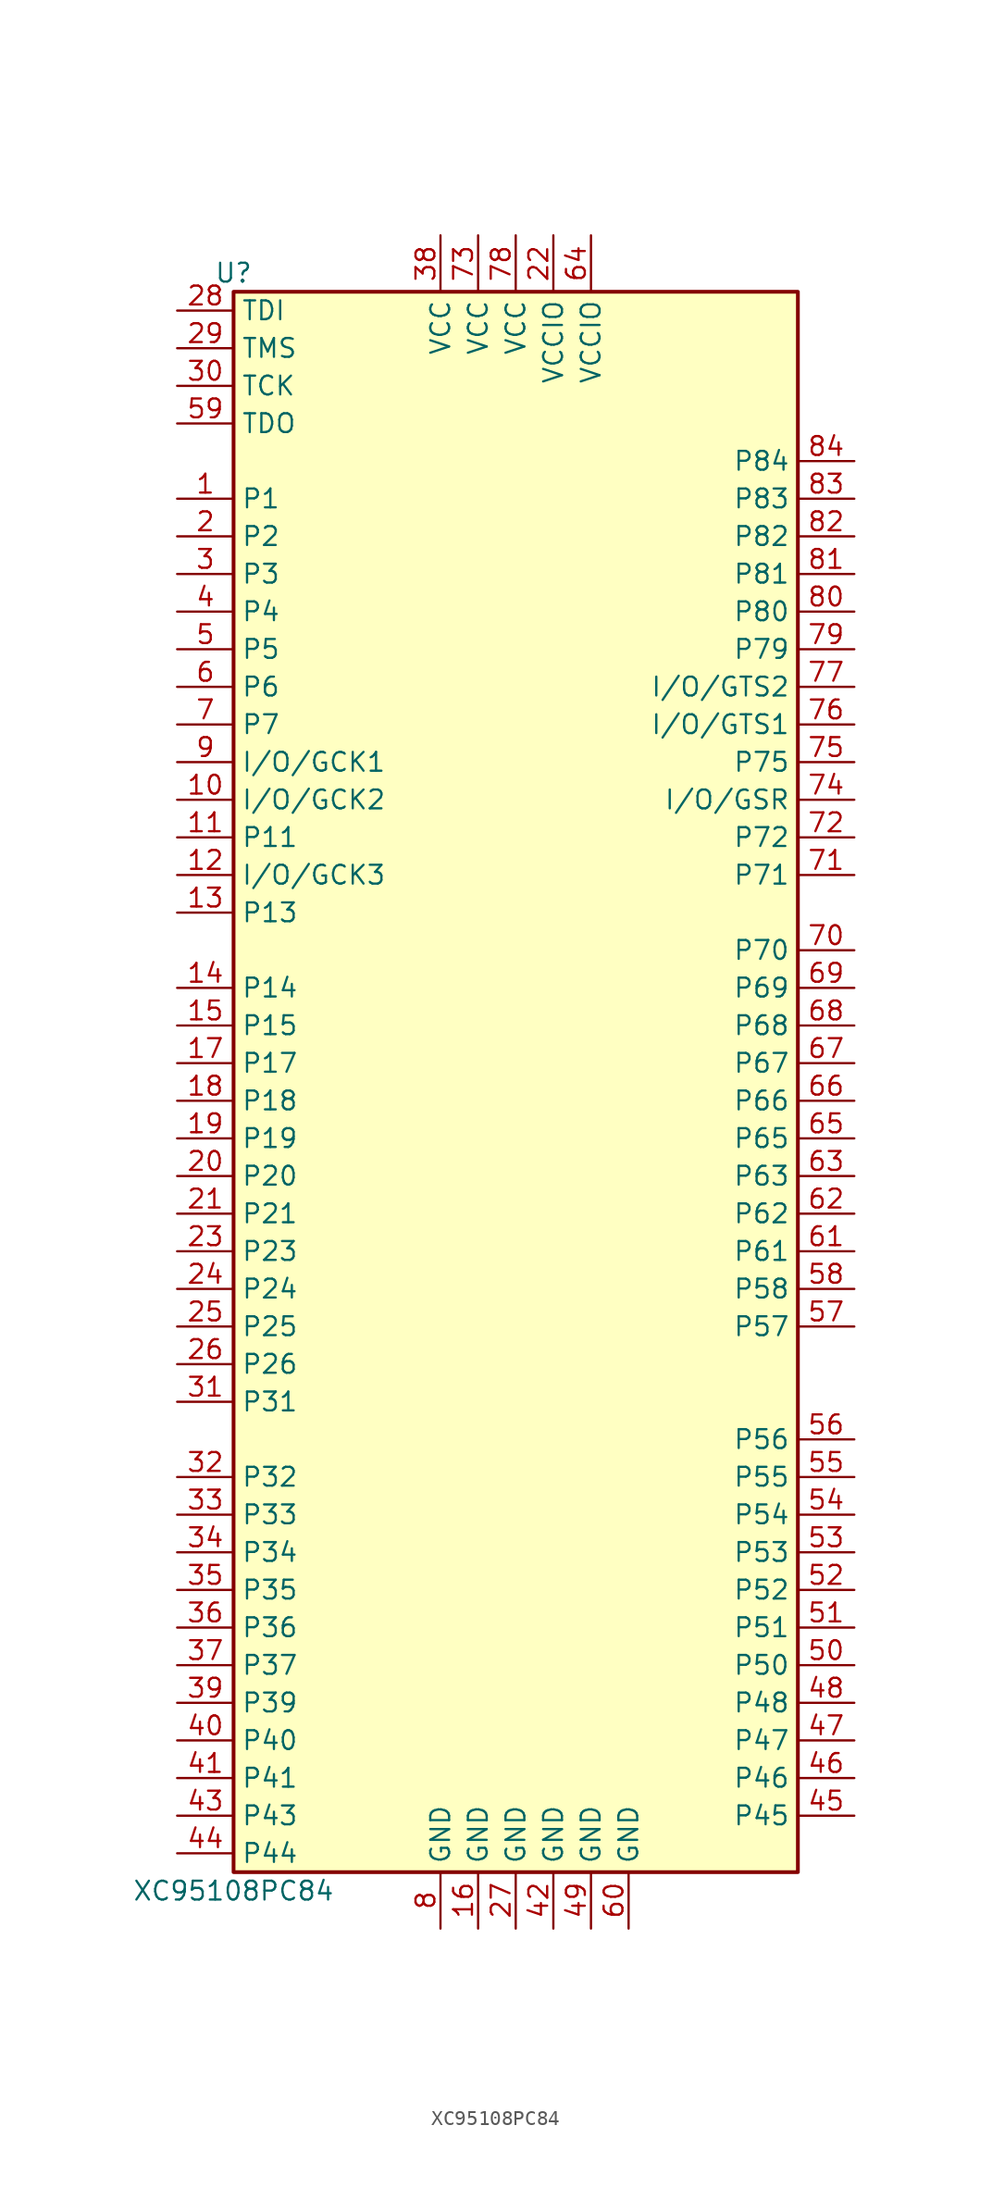
<source format=kicad_sym>
(kicad_symbol_lib
  (version 20201005)
  (generator kicad_symbol_editor)
  (symbol "XC95108PC84"
    (property "Reference" "U"
      (at -19.05 53.34 0)
      (effects (font (size 1.27 1.27))))
    (property "Value" "XC95108PC84"
      (at -19.05 -55.88 0)
      (effects (font (size 1.27 1.27))))
    (symbol "XC95108PC84_1_1"
      (rectangle (start -19.05 52.07) (end 19.05 -54.61) (stroke (width 0.254)) (fill (type background)))
      (pin bidirectional line (at -22.86 38.1 0) (length 3.81) (name "P1" (effects (font (size 1.27 1.27)))) (number "1" (effects (font (size 1.27 1.27)))))
      (pin bidirectional line (at -22.86 17.78 0) (length 3.81) (name "I/O/GCK2" (effects (font (size 1.27 1.27)))) (number "10" (effects (font (size 1.27 1.27)))))
      (pin bidirectional line (at -22.86 15.24 0) (length 3.81) (name "P11" (effects (font (size 1.27 1.27)))) (number "11" (effects (font (size 1.27 1.27)))))
      (pin bidirectional line (at -22.86 12.7 0) (length 3.81) (name "I/O/GCK3" (effects (font (size 1.27 1.27)))) (number "12" (effects (font (size 1.27 1.27)))))
      (pin bidirectional line (at -22.86 10.16 0) (length 3.81) (name "P13" (effects (font (size 1.27 1.27)))) (number "13" (effects (font (size 1.27 1.27)))))
      (pin bidirectional line (at -22.86 5.08 0) (length 3.81) (name "P14" (effects (font (size 1.27 1.27)))) (number "14" (effects (font (size 1.27 1.27)))))
      (pin bidirectional line (at -22.86 2.54 0) (length 3.81) (name "P15" (effects (font (size 1.27 1.27)))) (number "15" (effects (font (size 1.27 1.27)))))
      (pin power_in line (at -2.54 -58.42 90) (length 3.81) (name "GND" (effects (font (size 1.27 1.27)))) (number "16" (effects (font (size 1.27 1.27)))))
      (pin bidirectional line (at -22.86 0 0) (length 3.81) (name "P17" (effects (font (size 1.27 1.27)))) (number "17" (effects (font (size 1.27 1.27)))))
      (pin bidirectional line (at -22.86 -2.54 0) (length 3.81) (name "P18" (effects (font (size 1.27 1.27)))) (number "18" (effects (font (size 1.27 1.27)))))
      (pin bidirectional line (at -22.86 -5.08 0) (length 3.81) (name "P19" (effects (font (size 1.27 1.27)))) (number "19" (effects (font (size 1.27 1.27)))))
      (pin bidirectional line (at -22.86 35.56 0) (length 3.81) (name "P2" (effects (font (size 1.27 1.27)))) (number "2" (effects (font (size 1.27 1.27)))))
      (pin bidirectional line (at -22.86 -7.62 0) (length 3.81) (name "P20" (effects (font (size 1.27 1.27)))) (number "20" (effects (font (size 1.27 1.27)))))
      (pin bidirectional line (at -22.86 -10.16 0) (length 3.81) (name "P21" (effects (font (size 1.27 1.27)))) (number "21" (effects (font (size 1.27 1.27)))))
      (pin power_in line (at 2.54 55.88 270) (length 3.81) (name "VCCIO" (effects (font (size 1.27 1.27)))) (number "22" (effects (font (size 1.27 1.27)))))
      (pin bidirectional line (at -22.86 -12.7 0) (length 3.81) (name "P23" (effects (font (size 1.27 1.27)))) (number "23" (effects (font (size 1.27 1.27)))))
      (pin bidirectional line (at -22.86 -15.24 0) (length 3.81) (name "P24" (effects (font (size 1.27 1.27)))) (number "24" (effects (font (size 1.27 1.27)))))
      (pin bidirectional line (at -22.86 -17.78 0) (length 3.81) (name "P25" (effects (font (size 1.27 1.27)))) (number "25" (effects (font (size 1.27 1.27)))))
      (pin bidirectional line (at -22.86 -20.32 0) (length 3.81) (name "P26" (effects (font (size 1.27 1.27)))) (number "26" (effects (font (size 1.27 1.27)))))
      (pin power_in line (at 0 -58.42 90) (length 3.81) (name "GND" (effects (font (size 1.27 1.27)))) (number "27" (effects (font (size 1.27 1.27)))))
      (pin input line (at -22.86 50.8 0) (length 3.81) (name "TDI" (effects (font (size 1.27 1.27)))) (number "28" (effects (font (size 1.27 1.27)))))
      (pin input line (at -22.86 48.26 0) (length 3.81) (name "TMS" (effects (font (size 1.27 1.27)))) (number "29" (effects (font (size 1.27 1.27)))))
      (pin bidirectional line (at -22.86 33.02 0) (length 3.81) (name "P3" (effects (font (size 1.27 1.27)))) (number "3" (effects (font (size 1.27 1.27)))))
      (pin input line (at -22.86 45.72 0) (length 3.81) (name "TCK" (effects (font (size 1.27 1.27)))) (number "30" (effects (font (size 1.27 1.27)))))
      (pin bidirectional line (at -22.86 -22.86 0) (length 3.81) (name "P31" (effects (font (size 1.27 1.27)))) (number "31" (effects (font (size 1.27 1.27)))))
      (pin bidirectional line (at -22.86 -27.94 0) (length 3.81) (name "P32" (effects (font (size 1.27 1.27)))) (number "32" (effects (font (size 1.27 1.27)))))
      (pin bidirectional line (at -22.86 -30.48 0) (length 3.81) (name "P33" (effects (font (size 1.27 1.27)))) (number "33" (effects (font (size 1.27 1.27)))))
      (pin bidirectional line (at -22.86 -33.02 0) (length 3.81) (name "P34" (effects (font (size 1.27 1.27)))) (number "34" (effects (font (size 1.27 1.27)))))
      (pin bidirectional line (at -22.86 -35.56 0) (length 3.81) (name "P35" (effects (font (size 1.27 1.27)))) (number "35" (effects (font (size 1.27 1.27)))))
      (pin bidirectional line (at -22.86 -38.1 0) (length 3.81) (name "P36" (effects (font (size 1.27 1.27)))) (number "36" (effects (font (size 1.27 1.27)))))
      (pin bidirectional line (at -22.86 -40.64 0) (length 3.81) (name "P37" (effects (font (size 1.27 1.27)))) (number "37" (effects (font (size 1.27 1.27)))))
      (pin power_in line (at -5.08 55.88 270) (length 3.81) (name "VCC" (effects (font (size 1.27 1.27)))) (number "38" (effects (font (size 1.27 1.27)))))
      (pin bidirectional line (at -22.86 -43.18 0) (length 3.81) (name "P39" (effects (font (size 1.27 1.27)))) (number "39" (effects (font (size 1.27 1.27)))))
      (pin bidirectional line (at -22.86 30.48 0) (length 3.81) (name "P4" (effects (font (size 1.27 1.27)))) (number "4" (effects (font (size 1.27 1.27)))))
      (pin bidirectional line (at -22.86 -45.72 0) (length 3.81) (name "P40" (effects (font (size 1.27 1.27)))) (number "40" (effects (font (size 1.27 1.27)))))
      (pin bidirectional line (at -22.86 -48.26 0) (length 3.81) (name "P41" (effects (font (size 1.27 1.27)))) (number "41" (effects (font (size 1.27 1.27)))))
      (pin power_in line (at 2.54 -58.42 90) (length 3.81) (name "GND" (effects (font (size 1.27 1.27)))) (number "42" (effects (font (size 1.27 1.27)))))
      (pin bidirectional line (at -22.86 -50.8 0) (length 3.81) (name "P43" (effects (font (size 1.27 1.27)))) (number "43" (effects (font (size 1.27 1.27)))))
      (pin bidirectional line (at -22.86 -53.34 0) (length 3.81) (name "P44" (effects (font (size 1.27 1.27)))) (number "44" (effects (font (size 1.27 1.27)))))
      (pin bidirectional line (at 22.86 -50.8 180) (length 3.81) (name "P45" (effects (font (size 1.27 1.27)))) (number "45" (effects (font (size 1.27 1.27)))))
      (pin bidirectional line (at 22.86 -48.26 180) (length 3.81) (name "P46" (effects (font (size 1.27 1.27)))) (number "46" (effects (font (size 1.27 1.27)))))
      (pin bidirectional line (at 22.86 -45.72 180) (length 3.81) (name "P47" (effects (font (size 1.27 1.27)))) (number "47" (effects (font (size 1.27 1.27)))))
      (pin bidirectional line (at 22.86 -43.18 180) (length 3.81) (name "P48" (effects (font (size 1.27 1.27)))) (number "48" (effects (font (size 1.27 1.27)))))
      (pin power_in line (at 5.08 -58.42 90) (length 3.81) (name "GND" (effects (font (size 1.27 1.27)))) (number "49" (effects (font (size 1.27 1.27)))))
      (pin bidirectional line (at -22.86 27.94 0) (length 3.81) (name "P5" (effects (font (size 1.27 1.27)))) (number "5" (effects (font (size 1.27 1.27)))))
      (pin bidirectional line (at 22.86 -40.64 180) (length 3.81) (name "P50" (effects (font (size 1.27 1.27)))) (number "50" (effects (font (size 1.27 1.27)))))
      (pin bidirectional line (at 22.86 -38.1 180) (length 3.81) (name "P51" (effects (font (size 1.27 1.27)))) (number "51" (effects (font (size 1.27 1.27)))))
      (pin bidirectional line (at 22.86 -35.56 180) (length 3.81) (name "P52" (effects (font (size 1.27 1.27)))) (number "52" (effects (font (size 1.27 1.27)))))
      (pin bidirectional line (at 22.86 -33.02 180) (length 3.81) (name "P53" (effects (font (size 1.27 1.27)))) (number "53" (effects (font (size 1.27 1.27)))))
      (pin bidirectional line (at 22.86 -30.48 180) (length 3.81) (name "P54" (effects (font (size 1.27 1.27)))) (number "54" (effects (font (size 1.27 1.27)))))
      (pin bidirectional line (at 22.86 -27.94 180) (length 3.81) (name "P55" (effects (font (size 1.27 1.27)))) (number "55" (effects (font (size 1.27 1.27)))))
      (pin bidirectional line (at 22.86 -25.4 180) (length 3.81) (name "P56" (effects (font (size 1.27 1.27)))) (number "56" (effects (font (size 1.27 1.27)))))
      (pin bidirectional line (at 22.86 -17.78 180) (length 3.81) (name "P57" (effects (font (size 1.27 1.27)))) (number "57" (effects (font (size 1.27 1.27)))))
      (pin bidirectional line (at 22.86 -15.24 180) (length 3.81) (name "P58" (effects (font (size 1.27 1.27)))) (number "58" (effects (font (size 1.27 1.27)))))
      (pin output line (at -22.86 43.18 0) (length 3.81) (name "TDO" (effects (font (size 1.27 1.27)))) (number "59" (effects (font (size 1.27 1.27)))))
      (pin bidirectional line (at -22.86 25.4 0) (length 3.81) (name "P6" (effects (font (size 1.27 1.27)))) (number "6" (effects (font (size 1.27 1.27)))))
      (pin power_in line (at 7.62 -58.42 90) (length 3.81) (name "GND" (effects (font (size 1.27 1.27)))) (number "60" (effects (font (size 1.27 1.27)))))
      (pin bidirectional line (at 22.86 -12.7 180) (length 3.81) (name "P61" (effects (font (size 1.27 1.27)))) (number "61" (effects (font (size 1.27 1.27)))))
      (pin bidirectional line (at 22.86 -10.16 180) (length 3.81) (name "P62" (effects (font (size 1.27 1.27)))) (number "62" (effects (font (size 1.27 1.27)))))
      (pin bidirectional line (at 22.86 -7.62 180) (length 3.81) (name "P63" (effects (font (size 1.27 1.27)))) (number "63" (effects (font (size 1.27 1.27)))))
      (pin power_in line (at 5.08 55.88 270) (length 3.81) (name "VCCIO" (effects (font (size 1.27 1.27)))) (number "64" (effects (font (size 1.27 1.27)))))
      (pin bidirectional line (at 22.86 -5.08 180) (length 3.81) (name "P65" (effects (font (size 1.27 1.27)))) (number "65" (effects (font (size 1.27 1.27)))))
      (pin bidirectional line (at 22.86 -2.54 180) (length 3.81) (name "P66" (effects (font (size 1.27 1.27)))) (number "66" (effects (font (size 1.27 1.27)))))
      (pin bidirectional line (at 22.86 0 180) (length 3.81) (name "P67" (effects (font (size 1.27 1.27)))) (number "67" (effects (font (size 1.27 1.27)))))
      (pin bidirectional line (at 22.86 2.54 180) (length 3.81) (name "P68" (effects (font (size 1.27 1.27)))) (number "68" (effects (font (size 1.27 1.27)))))
      (pin bidirectional line (at 22.86 5.08 180) (length 3.81) (name "P69" (effects (font (size 1.27 1.27)))) (number "69" (effects (font (size 1.27 1.27)))))
      (pin bidirectional line (at -22.86 22.86 0) (length 3.81) (name "P7" (effects (font (size 1.27 1.27)))) (number "7" (effects (font (size 1.27 1.27)))))
      (pin bidirectional line (at 22.86 7.62 180) (length 3.81) (name "P70" (effects (font (size 1.27 1.27)))) (number "70" (effects (font (size 1.27 1.27)))))
      (pin bidirectional line (at 22.86 12.7 180) (length 3.81) (name "P71" (effects (font (size 1.27 1.27)))) (number "71" (effects (font (size 1.27 1.27)))))
      (pin bidirectional line (at 22.86 15.24 180) (length 3.81) (name "P72" (effects (font (size 1.27 1.27)))) (number "72" (effects (font (size 1.27 1.27)))))
      (pin power_in line (at -2.54 55.88 270) (length 3.81) (name "VCC" (effects (font (size 1.27 1.27)))) (number "73" (effects (font (size 1.27 1.27)))))
      (pin bidirectional line (at 22.86 17.78 180) (length 3.81) (name "I/O/GSR" (effects (font (size 1.27 1.27)))) (number "74" (effects (font (size 1.27 1.27)))))
      (pin bidirectional line (at 22.86 20.32 180) (length 3.81) (name "P75" (effects (font (size 1.27 1.27)))) (number "75" (effects (font (size 1.27 1.27)))))
      (pin bidirectional line (at 22.86 22.86 180) (length 3.81) (name "I/O/GTS1" (effects (font (size 1.27 1.27)))) (number "76" (effects (font (size 1.27 1.27)))))
      (pin bidirectional line (at 22.86 25.4 180) (length 3.81) (name "I/O/GTS2" (effects (font (size 1.27 1.27)))) (number "77" (effects (font (size 1.27 1.27)))))
      (pin power_in line (at 0 55.88 270) (length 3.81) (name "VCC" (effects (font (size 1.27 1.27)))) (number "78" (effects (font (size 1.27 1.27)))))
      (pin bidirectional line (at 22.86 27.94 180) (length 3.81) (name "P79" (effects (font (size 1.27 1.27)))) (number "79" (effects (font (size 1.27 1.27)))))
      (pin power_in line (at -5.08 -58.42 90) (length 3.81) (name "GND" (effects (font (size 1.27 1.27)))) (number "8" (effects (font (size 1.27 1.27)))))
      (pin bidirectional line (at 22.86 30.48 180) (length 3.81) (name "P80" (effects (font (size 1.27 1.27)))) (number "80" (effects (font (size 1.27 1.27)))))
      (pin bidirectional line (at 22.86 33.02 180) (length 3.81) (name "P81" (effects (font (size 1.27 1.27)))) (number "81" (effects (font (size 1.27 1.27)))))
      (pin bidirectional line (at 22.86 35.56 180) (length 3.81) (name "P82" (effects (font (size 1.27 1.27)))) (number "82" (effects (font (size 1.27 1.27)))))
      (pin bidirectional line (at 22.86 38.1 180) (length 3.81) (name "P83" (effects (font (size 1.27 1.27)))) (number "83" (effects (font (size 1.27 1.27)))))
      (pin bidirectional line (at 22.86 40.64 180) (length 3.81) (name "P84" (effects (font (size 1.27 1.27)))) (number "84" (effects (font (size 1.27 1.27)))))
      (pin bidirectional line (at -22.86 20.32 0) (length 3.81) (name "I/O/GCK1" (effects (font (size 1.27 1.27)))) (number "9" (effects (font (size 1.27 1.27))))))))
</source>
